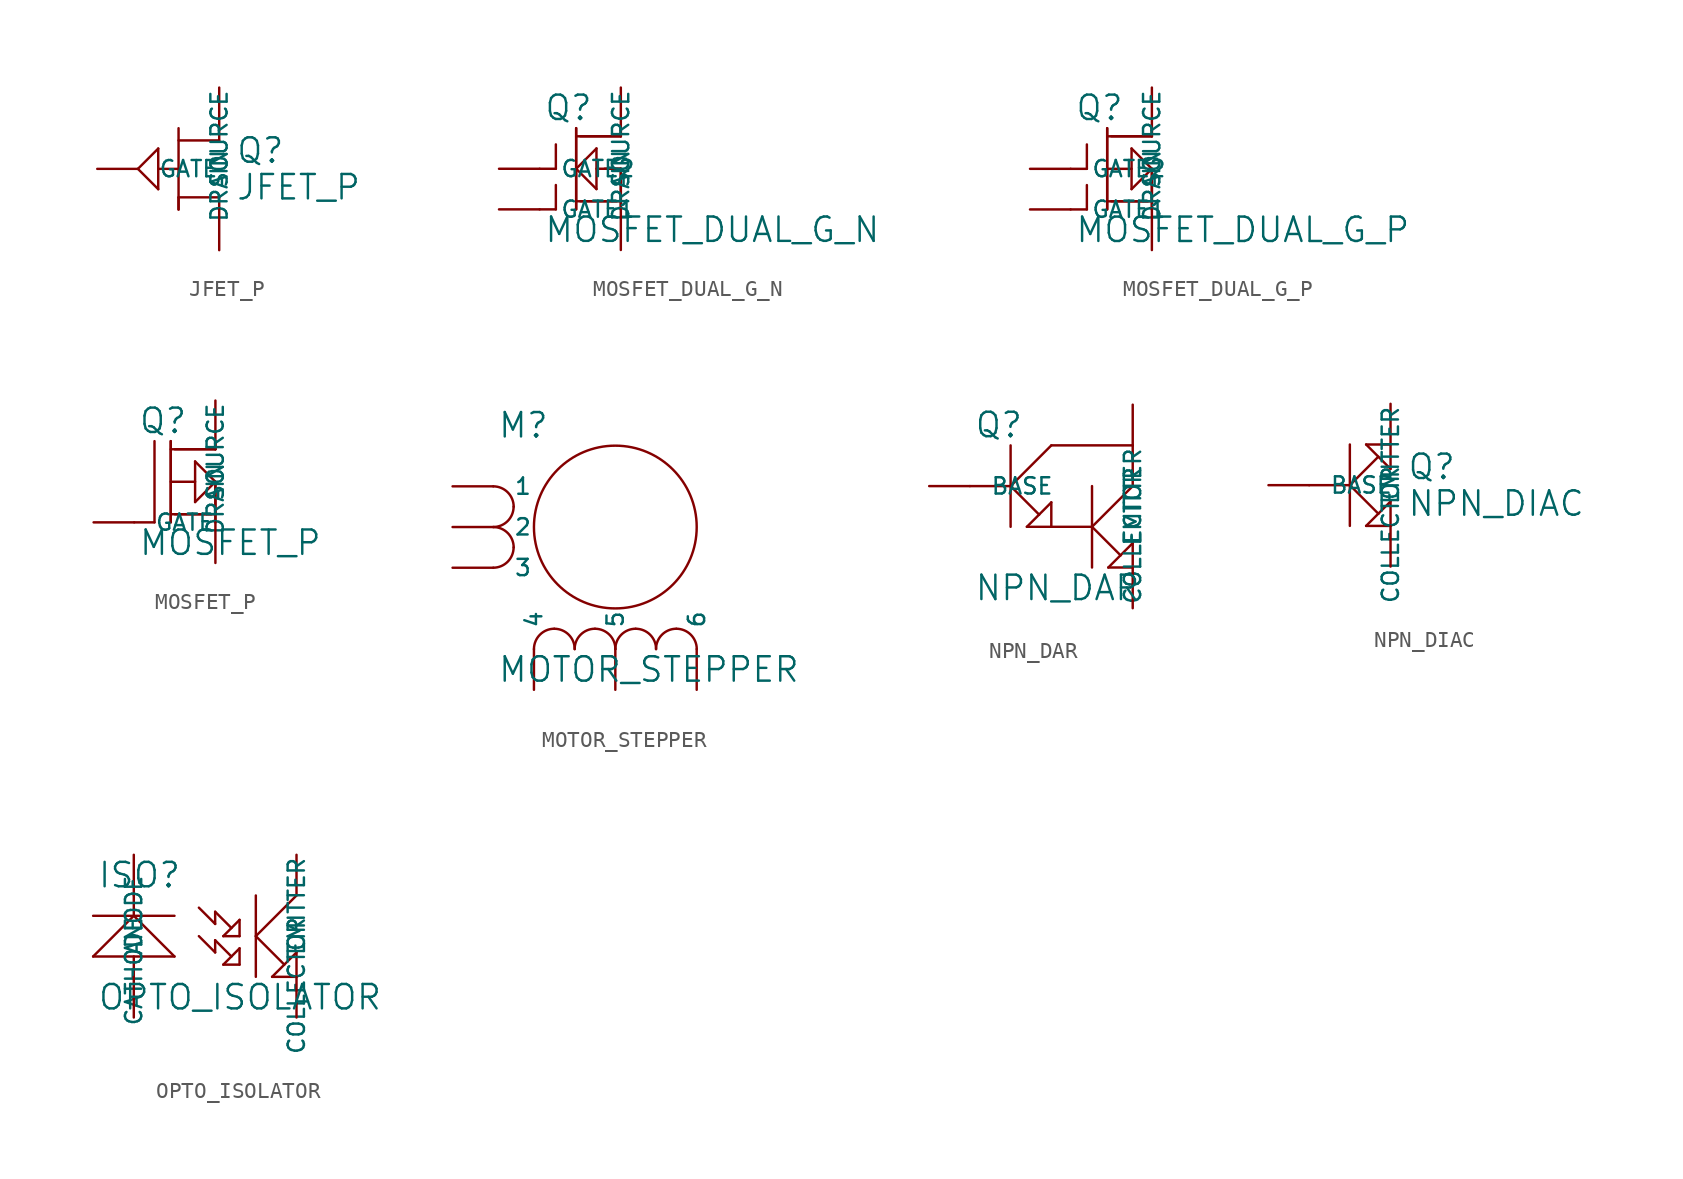
<source format=kicad_sym>
(kicad_symbol_lib
  (version 20231120)
  (generator "kicad_symbol_editor")
  (generator_version "8.0")
  (symbol "JFET_P"
    (pin_names
      (offset 1.27))
    (property "Reference" "Q"
      (at 6.096 -2.286 0)
      (effects (font (size 1.524 1.524)) (justify left bottom)))
    (property "Value" "JFET_P"
      (at 6.096 -2.794 0)
      (effects (font (size 1.524 1.524)) (justify left top)))
    (symbol "JFET_P_0_1"
      (polyline (pts (xy 0 -2.54) (xy 1.27 -1.27)) (stroke (width 0) (type solid)) (fill (type none)))
      (polyline (pts (xy 1.27 -3.81) (xy 0 -2.54)) (stroke (width 0) (type solid)) (fill (type none)))
      (polyline (pts (xy 1.27 -2.54) (xy 2.54 -2.54)) (stroke (width 0) (type solid)) (fill (type none)))
      (polyline (pts (xy 1.27 -1.27) (xy 1.27 -3.81)) (stroke (width 0) (type solid)) (fill (type none)))
      (polyline (pts (xy 2.54 -5.08) (xy 2.54 -4.318)) (stroke (width 0) (type solid)) (fill (type none)))
      (polyline (pts (xy 2.54 -4.318) (xy 5.08 -4.318)) (stroke (width 0) (type solid)) (fill (type none)))
      (polyline (pts (xy 2.54 0) (xy 2.54 -5.08)) (stroke (width 0) (type solid)) (fill (type none)))
      (polyline (pts (xy 5.08 -4.318) (xy 5.08 -5.08)) (stroke (width 0) (type solid)) (fill (type none)))
      (polyline (pts (xy 5.08 -0.762) (xy 2.54 -0.762)) (stroke (width 0) (type solid)) (fill (type none)))
      (polyline (pts (xy 5.08 0) (xy 5.08 -0.762)) (stroke (width 0) (type solid)) (fill (type none))))
    (symbol "JFET_P_1_1"
      (pin input line (at 5.08 2.54 270) (length 2.54) (name "DRAIN" (effects (font (size 1.016 1.016)))) (number "~" (effects (font (size 1.27 1.27)))))
      (pin input line (at -2.54 -2.54 0) (length 2.54) (name "GATE" (effects (font (size 1.016 1.016)))) (number "~" (effects (font (size 1.27 1.27)))))
      (pin input line (at 5.08 -7.62 90) (length 2.54) (name "SOURCE" (effects (font (size 1.016 1.016)))) (number "~" (effects (font (size 1.27 1.27)))))))
  (symbol "MOSFET_DUAL_G_N"
    (pin_names
      (offset 1.27))
    (property "Reference" "Q"
      (at 0.254 0.381 0)
      (effects (font (size 1.524 1.524)) (justify left bottom)))
    (property "Value" "MOSFET_DUAL_G_N"
      (at 0.254 -5.461 0)
      (effects (font (size 1.524 1.524)) (justify left top)))
    (symbol "MOSFET_DUAL_G_N_0_1"
      (polyline (pts (xy 1.016 -5.08) (xy 0 -5.08)) (stroke (width 0) (type solid)) (fill (type none)))
      (polyline (pts (xy 1.016 -3.556) (xy 1.016 -5.08)) (stroke (width 0) (type solid)) (fill (type none)))
      (polyline (pts (xy 1.016 -2.54) (xy 0 -2.54)) (stroke (width 0) (type solid)) (fill (type none)))
      (polyline (pts (xy 1.016 -1.016) (xy 1.016 -2.54)) (stroke (width 0) (type solid)) (fill (type none)))
      (polyline (pts (xy 2.286 -4.572) (xy 5.08 -4.572)) (stroke (width 0) (type solid)) (fill (type none)))
      (polyline (pts (xy 2.286 -2.54) (xy 3.556 -1.27)) (stroke (width 0) (type solid)) (fill (type none)))
      (polyline (pts (xy 2.286 0) (xy 2.286 -5.08)) (stroke (width 0) (type solid)) (fill (type none)))
      (polyline (pts (xy 2.286 0) (xy 2.286 -5.08)) (stroke (width 0) (type solid)) (fill (type none)))
      (polyline (pts (xy 2.54 -4.572) (xy 4.826 -4.572)) (stroke (width 0) (type solid)) (fill (type none)))
      (polyline (pts (xy 3.556 -3.81) (xy 2.286 -2.54)) (stroke (width 0) (type solid)) (fill (type none)))
      (polyline (pts (xy 3.556 -2.54) (xy 5.08 -2.54)) (stroke (width 0) (type solid)) (fill (type none)))
      (polyline (pts (xy 3.556 -1.27) (xy 3.556 -3.81)) (stroke (width 0) (type solid)) (fill (type none)))
      (polyline (pts (xy 4.064 -2.54) (xy 5.08 -2.54)) (stroke (width 0) (type solid)) (fill (type none)))
      (polyline (pts (xy 5.08 -2.54) (xy 5.08 -5.08)) (stroke (width 0) (type solid)) (fill (type none)))
      (polyline (pts (xy 5.08 -2.54) (xy 5.08 -5.08)) (stroke (width 0) (type solid)) (fill (type none)))
      (polyline (pts (xy 5.08 -0.508) (xy 2.286 -0.508)) (stroke (width 0) (type solid)) (fill (type none)))
      (polyline (pts (xy 5.08 -0.508) (xy 2.54 -0.508)) (stroke (width 0) (type solid)) (fill (type none)))
      (polyline (pts (xy 5.08 0) (xy 5.08 -0.508)) (stroke (width 0) (type solid)) (fill (type none)))
      (polyline (pts (xy 5.08 0) (xy 5.08 -0.508)) (stroke (width 0) (type solid)) (fill (type none))))
    (symbol "MOSFET_DUAL_G_N_1_1"
      (pin input line (at 5.08 2.54 270) (length 2.54) (name "DRAIN" (effects (font (size 1.016 1.016)))) (number "~" (effects (font (size 1.27 1.27)))))
      (pin input line (at -2.54 -5.08 0) (length 2.54) (name "GATE1" (effects (font (size 1.016 1.016)))) (number "~" (effects (font (size 1.27 1.27)))))
      (pin input line (at -2.54 -2.54 0) (length 2.54) (name "GATE2" (effects (font (size 1.016 1.016)))) (number "~" (effects (font (size 1.27 1.27)))))
      (pin input line (at 5.08 -7.62 90) (length 2.54) (name "SOURCE" (effects (font (size 1.016 1.016)))) (number "~" (effects (font (size 1.27 1.27)))))))
  (symbol "MOSFET_DUAL_G_P"
    (pin_names
      (offset 1.27))
    (property "Reference" "Q"
      (at 0.254 0.381 0)
      (effects (font (size 1.524 1.524)) (justify left bottom)))
    (property "Value" "MOSFET_DUAL_G_P"
      (at 0.254 -5.461 0)
      (effects (font (size 1.524 1.524)) (justify left top)))
    (symbol "MOSFET_DUAL_G_P_0_1"
      (polyline (pts (xy 1.016 -5.08) (xy 0 -5.08)) (stroke (width 0) (type solid)) (fill (type none)))
      (polyline (pts (xy 1.016 -3.556) (xy 1.016 -5.08)) (stroke (width 0) (type solid)) (fill (type none)))
      (polyline (pts (xy 1.016 -2.54) (xy 0 -2.54)) (stroke (width 0) (type solid)) (fill (type none)))
      (polyline (pts (xy 1.016 -1.016) (xy 1.016 -2.54)) (stroke (width 0) (type solid)) (fill (type none)))
      (polyline (pts (xy 2.286 -4.572) (xy 5.08 -4.572)) (stroke (width 0) (type solid)) (fill (type none)))
      (polyline (pts (xy 2.286 -2.54) (xy 3.81 -2.54)) (stroke (width 0) (type solid)) (fill (type none)))
      (polyline (pts (xy 2.286 0) (xy 2.286 -5.08)) (stroke (width 0) (type solid)) (fill (type none)))
      (polyline (pts (xy 2.286 0) (xy 2.286 -5.08)) (stroke (width 0) (type solid)) (fill (type none)))
      (polyline (pts (xy 2.54 -4.572) (xy 4.826 -4.572)) (stroke (width 0) (type solid)) (fill (type none)))
      (polyline (pts (xy 3.81 -3.81) (xy 3.81 -1.27)) (stroke (width 0) (type solid)) (fill (type none)))
      (polyline (pts (xy 3.81 -1.27) (xy 5.08 -2.54)) (stroke (width 0) (type solid)) (fill (type none)))
      (polyline (pts (xy 5.08 -2.54) (xy 3.81 -3.81)) (stroke (width 0) (type solid)) (fill (type none)))
      (polyline (pts (xy 5.08 -2.54) (xy 5.08 -5.08)) (stroke (width 0) (type solid)) (fill (type none)))
      (polyline (pts (xy 5.08 -2.54) (xy 5.08 -5.08)) (stroke (width 0) (type solid)) (fill (type none)))
      (polyline (pts (xy 5.08 -0.508) (xy 2.286 -0.508)) (stroke (width 0) (type solid)) (fill (type none)))
      (polyline (pts (xy 5.08 -0.508) (xy 2.54 -0.508)) (stroke (width 0) (type solid)) (fill (type none)))
      (polyline (pts (xy 5.08 0) (xy 5.08 -0.508)) (stroke (width 0) (type solid)) (fill (type none)))
      (polyline (pts (xy 5.08 0) (xy 5.08 -0.508)) (stroke (width 0) (type solid)) (fill (type none))))
    (symbol "MOSFET_DUAL_G_P_1_1"
      (pin input line (at 5.08 2.54 270) (length 2.54) (name "DRAIN" (effects (font (size 1.016 1.016)))) (number "~" (effects (font (size 1.27 1.27)))))
      (pin input line (at -2.54 -5.08 0) (length 2.54) (name "GATE1" (effects (font (size 1.016 1.016)))) (number "~" (effects (font (size 1.27 1.27)))))
      (pin input line (at -2.54 -2.54 0) (length 2.54) (name "GATE2" (effects (font (size 1.016 1.016)))) (number "~" (effects (font (size 1.27 1.27)))))
      (pin input line (at 5.08 -7.62 90) (length 2.54) (name "SOURCE" (effects (font (size 1.016 1.016)))) (number "~" (effects (font (size 1.27 1.27)))))))
  (symbol "MOSFET_P"
    (pin_names
      (offset 1.27))
    (property "Reference" "Q"
      (at 0.254 0.381 0)
      (effects (font (size 1.524 1.524)) (justify left bottom)))
    (property "Value" "MOSFET_P"
      (at 0.254 -5.461 0)
      (effects (font (size 1.524 1.524)) (justify left top)))
    (symbol "MOSFET_P_0_1"
      (polyline (pts (xy 0 -5.08) (xy 1.27 -5.08)) (stroke (width 0) (type solid)) (fill (type none)))
      (polyline (pts (xy 1.27 -5.08) (xy 1.27 0)) (stroke (width 0) (type solid)) (fill (type none)))
      (polyline (pts (xy 2.286 -4.572) (xy 5.08 -4.572)) (stroke (width 0) (type solid)) (fill (type none)))
      (polyline (pts (xy 2.286 0) (xy 2.286 -5.08)) (stroke (width 0) (type solid)) (fill (type none)))
      (polyline (pts (xy 2.286 0) (xy 2.286 -5.08)) (stroke (width 0) (type solid)) (fill (type none)))
      (polyline (pts (xy 2.54 -4.572) (xy 4.826 -4.572)) (stroke (width 0) (type solid)) (fill (type none)))
      (polyline (pts (xy 3.81 -3.81) (xy 5.08 -2.54)) (stroke (width 0) (type solid)) (fill (type none)))
      (polyline (pts (xy 3.81 -2.54) (xy 2.286 -2.54)) (stroke (width 0) (type solid)) (fill (type none)))
      (polyline (pts (xy 3.81 -1.27) (xy 3.81 -3.81)) (stroke (width 0) (type solid)) (fill (type none)))
      (polyline (pts (xy 5.08 -2.54) (xy 3.81 -1.27)) (stroke (width 0) (type solid)) (fill (type none)))
      (polyline (pts (xy 5.08 -2.54) (xy 5.08 -5.08)) (stroke (width 0) (type solid)) (fill (type none)))
      (polyline (pts (xy 5.08 -2.54) (xy 5.08 -5.08)) (stroke (width 0) (type solid)) (fill (type none)))
      (polyline (pts (xy 5.08 -0.508) (xy 2.286 -0.508)) (stroke (width 0) (type solid)) (fill (type none)))
      (polyline (pts (xy 5.08 -0.508) (xy 2.54 -0.508)) (stroke (width 0) (type solid)) (fill (type none)))
      (polyline (pts (xy 5.08 0) (xy 5.08 -0.508)) (stroke (width 0) (type solid)) (fill (type none)))
      (polyline (pts (xy 5.08 0) (xy 5.08 -0.508)) (stroke (width 0) (type solid)) (fill (type none))))
    (symbol "MOSFET_P_1_1"
      (pin input line (at 5.08 2.54 270) (length 2.54) (name "DRAIN" (effects (font (size 1.016 1.016)))) (number "~" (effects (font (size 1.27 1.27)))))
      (pin input line (at -2.54 -5.08 0) (length 2.54) (name "GATE" (effects (font (size 1.016 1.016)))) (number "~" (effects (font (size 1.27 1.27)))))
      (pin input line (at 5.08 -7.62 90) (length 2.54) (name "SOURCE" (effects (font (size 1.016 1.016)))) (number "~" (effects (font (size 1.27 1.27)))))))
  (symbol "MOTOR_STEPPER"
    (pin_names
      (offset 1.27))
    (property "Reference" "M"
      (at 0.254 0.381 0)
      (effects (font (size 1.524 1.524)) (justify left bottom)))
    (property "Value" "MOTOR_STEPPER"
      (at 0.254 -13.081 0)
      (effects (font (size 1.524 1.524)) (justify left top)))
    (symbol "MOTOR_STEPPER_0_1"
      (arc (start 0 -7.62) (mid 0.898 -7.248) (end 1.27 -6.35) (stroke (width 0) (type solid)) (fill (type none)))
      (arc (start 0 -5.08) (mid 0.898 -4.708) (end 1.27 -3.81) (stroke (width 0) (type solid)) (fill (type none)))
      (arc (start 1.27 -6.35) (mid 0.898 -5.452) (end 0 -5.08) (stroke (width 0) (type solid)) (fill (type none)))
      (arc (start 1.27 -3.81) (mid 0.898 -2.912) (end 0 -2.54) (stroke (width 0) (type solid)) (fill (type none)))
      (arc (start 3.81 -11.43) (mid 2.912 -11.802) (end 2.54 -12.7) (stroke (width 0) (type solid)) (fill (type none)))
      (arc (start 5.08 -12.7) (mid 4.708 -11.802) (end 3.81 -11.43) (stroke (width 0) (type solid)) (fill (type none)))
      (arc (start 6.35 -11.43) (mid 5.452 -11.802) (end 5.08 -12.7) (stroke (width 0) (type solid)) (fill (type none)))
      (arc (start 7.62 -12.7) (mid 7.248 -11.802) (end 6.35 -11.43) (stroke (width 0) (type solid)) (fill (type none)))
      (circle (center 7.62 -5.08) (radius 5.08) (stroke (width 0) (type solid)) (fill (type none)))
      (arc (start 8.89 -11.43) (mid 7.992 -11.802) (end 7.62 -12.7) (stroke (width 0) (type solid)) (fill (type none)))
      (arc (start 10.16 -12.7) (mid 9.788 -11.802) (end 8.89 -11.43) (stroke (width 0) (type solid)) (fill (type none)))
      (arc (start 11.43 -11.43) (mid 10.532 -11.802) (end 10.16 -12.7) (stroke (width 0) (type solid)) (fill (type none)))
      (arc (start 12.7 -12.7) (mid 12.328 -11.802) (end 11.43 -11.43) (stroke (width 0) (type solid)) (fill (type none))))
    (symbol "MOTOR_STEPPER_1_1"
      (pin passive line (at -2.54 -2.54 0) (length 2.54) (name "1" (effects (font (size 1.016 1.016)))) (number "~" (effects (font (size 1.27 1.27)))))
      (pin passive line (at -2.54 -5.08 0) (length 2.54) (name "2" (effects (font (size 1.016 1.016)))) (number "~" (effects (font (size 1.27 1.27)))))
      (pin passive line (at -2.54 -7.62 0) (length 2.54) (name "3" (effects (font (size 1.016 1.016)))) (number "~" (effects (font (size 1.27 1.27)))))
      (pin passive line (at 2.54 -15.24 90) (length 2.54) (name "4" (effects (font (size 1.016 1.016)))) (number "~" (effects (font (size 1.27 1.27)))))
      (pin passive line (at 7.62 -15.24 90) (length 2.54) (name "5" (effects (font (size 1.016 1.016)))) (number "~" (effects (font (size 1.27 1.27)))))
      (pin passive line (at 12.7 -15.24 90) (length 2.54) (name "6" (effects (font (size 1.016 1.016)))) (number "~" (effects (font (size 1.27 1.27)))))))
  (symbol "NPN_DAR"
    (pin_names
      (offset 1.27))
    (property "Reference" "Q"
      (at 0.254 0.381 0)
      (effects (font (size 1.524 1.524)) (justify left bottom)))
    (property "Value" "NPN_DAR"
      (at 0.254 -8.001 0)
      (effects (font (size 1.524 1.524)) (justify left top)))
    (symbol "NPN_DAR_0_1"
      (polyline (pts (xy 2.54 -2.54) (xy 0 -2.54)) (stroke (width 0) (type solid)) (fill (type none)))
      (polyline (pts (xy 2.54 -2.54) (xy 5.08 0)) (stroke (width 0) (type solid)) (fill (type none)))
      (polyline (pts (xy 2.54 0) (xy 2.54 -5.08)) (stroke (width 0) (type solid)) (fill (type none)))
      (polyline (pts (xy 3.556 -5.08) (xy 4.318 -4.318)) (stroke (width 0) (type solid)) (fill (type none)))
      (polyline (pts (xy 4.318 -4.318) (xy 2.54 -2.54)) (stroke (width 0) (type solid)) (fill (type none)))
      (polyline (pts (xy 4.318 -4.318) (xy 5.08 -3.556)) (stroke (width 0) (type solid)) (fill (type none)))
      (polyline (pts (xy 5.08 -5.08) (xy 3.556 -5.08)) (stroke (width 0) (type solid)) (fill (type none)))
      (polyline (pts (xy 5.08 -3.556) (xy 5.08 -5.08)) (stroke (width 0) (type solid)) (fill (type none)))
      (polyline (pts (xy 5.08 0) (xy 10.16 0)) (stroke (width 0) (type solid)) (fill (type none)))
      (polyline (pts (xy 7.62 -5.08) (xy 5.08 -5.08)) (stroke (width 0) (type solid)) (fill (type none)))
      (polyline (pts (xy 7.62 -5.08) (xy 9.398 -6.858)) (stroke (width 0) (type solid)) (fill (type none)))
      (polyline (pts (xy 7.62 -2.54) (xy 7.62 -7.62)) (stroke (width 0) (type solid)) (fill (type none)))
      (polyline (pts (xy 8.636 -7.62) (xy 9.398 -6.858)) (stroke (width 0) (type solid)) (fill (type none)))
      (polyline (pts (xy 9.398 -6.858) (xy 10.16 -6.096)) (stroke (width 0) (type solid)) (fill (type none)))
      (polyline (pts (xy 10.16 -7.62) (xy 8.636 -7.62)) (stroke (width 0) (type solid)) (fill (type none)))
      (polyline (pts (xy 10.16 -6.096) (xy 10.16 -7.62)) (stroke (width 0) (type solid)) (fill (type none)))
      (polyline (pts (xy 10.16 -2.54) (xy 7.62 -5.08)) (stroke (width 0) (type solid)) (fill (type none)))
      (polyline (pts (xy 10.16 0) (xy 10.16 -2.54)) (stroke (width 0) (type solid)) (fill (type none))))
    (symbol "NPN_DAR_1_1"
      (pin input line (at -2.54 -2.54 0) (length 2.54) (name "BASE" (effects (font (size 1.016 1.016)))) (number "~" (effects (font (size 1.27 1.27)))))
      (pin passive line (at 10.16 2.54 270) (length 2.54) (name "COLLECTOR" (effects (font (size 1.016 1.016)))) (number "~" (effects (font (size 1.27 1.27)))))
      (pin passive line (at 10.16 -10.16 90) (length 2.54) (name "EMITTER" (effects (font (size 1.016 1.016)))) (number "~" (effects (font (size 1.27 1.27)))))))
  (symbol "NPN_DIAC"
    (pin_names
      (offset 1.27))
    (property "Reference" "Q"
      (at 6.096 -2.286 0)
      (effects (font (size 1.524 1.524)) (justify left bottom)))
    (property "Value" "NPN_DIAC"
      (at 6.096 -2.794 0)
      (effects (font (size 1.524 1.524)) (justify left top)))
    (symbol "NPN_DIAC_0_1"
      (polyline (pts (xy 2.54 -2.54) (xy 0 -2.54)) (stroke (width 0) (type solid)) (fill (type none)))
      (polyline (pts (xy 2.54 -2.54) (xy 4.318 -4.318)) (stroke (width 0) (type solid)) (fill (type none)))
      (polyline (pts (xy 2.54 0) (xy 2.54 -5.08)) (stroke (width 0) (type solid)) (fill (type none)))
      (polyline (pts (xy 3.556 -5.08) (xy 4.318 -4.318)) (stroke (width 0) (type solid)) (fill (type none)))
      (polyline (pts (xy 3.556 0) (xy 5.08 0)) (stroke (width 0) (type solid)) (fill (type none)))
      (polyline (pts (xy 4.318 -4.318) (xy 5.08 -3.556)) (stroke (width 0) (type solid)) (fill (type none)))
      (polyline (pts (xy 4.318 -0.762) (xy 2.54 -2.54)) (stroke (width 0) (type solid)) (fill (type none)))
      (polyline (pts (xy 5.08 -5.08) (xy 3.556 -5.08)) (stroke (width 0) (type solid)) (fill (type none)))
      (polyline (pts (xy 5.08 -3.556) (xy 5.08 -5.08)) (stroke (width 0) (type solid)) (fill (type none)))
      (polyline (pts (xy 5.08 -1.524) (xy 3.556 0)) (stroke (width 0) (type solid)) (fill (type none)))
      (polyline (pts (xy 5.08 0) (xy 5.08 -1.524)) (stroke (width 0) (type solid)) (fill (type none))))
    (symbol "NPN_DIAC_1_1"
      (pin input line (at -2.54 -2.54 0) (length 2.54) (name "BASE" (effects (font (size 1.016 1.016)))) (number "~" (effects (font (size 1.27 1.27)))))
      (pin passive line (at 5.08 2.54 270) (length 2.54) (name "COLLECTOR" (effects (font (size 1.016 1.016)))) (number "~" (effects (font (size 1.27 1.27)))))
      (pin passive line (at 5.08 -7.62 90) (length 2.54) (name "EMITTER" (effects (font (size 1.016 1.016)))) (number "~" (effects (font (size 1.27 1.27)))))))
  (symbol "OPTO_ISOLATOR"
    (pin_names
      (offset 1.27))
    (property "Reference" "ISO"
      (at 0.254 0.381 0)
      (effects (font (size 1.524 1.524)) (justify left bottom)))
    (property "Value" "OPTO_ISOLATOR"
      (at 0.254 -5.461 0)
      (effects (font (size 1.524 1.524)) (justify left top)))
    (symbol "OPTO_ISOLATOR_0_1"
      (polyline (pts (xy 0 -3.81) (xy 5.08 -3.81)) (stroke (width 0) (type solid)) (fill (type none)))
      (polyline (pts (xy 0 -1.27) (xy 5.08 -1.27)) (stroke (width 0) (type solid)) (fill (type none)))
      (polyline (pts (xy 2.54 -5.08) (xy 2.54 -3.81)) (stroke (width 0) (type solid)) (fill (type none)))
      (polyline (pts (xy 2.54 -1.27) (xy 0 -3.81)) (stroke (width 0) (type solid)) (fill (type none)))
      (polyline (pts (xy 2.54 0) (xy 2.54 -1.27)) (stroke (width 0) (type solid)) (fill (type none)))
      (polyline (pts (xy 5.08 -3.81) (xy 2.54 -1.27)) (stroke (width 0) (type solid)) (fill (type none)))
      (polyline (pts (xy 7.62 -3.556) (xy 6.604 -2.54)) (stroke (width 0) (type solid)) (fill (type none)))
      (polyline (pts (xy 7.62 -2.794) (xy 7.62 -3.556)) (stroke (width 0) (type solid)) (fill (type none)))
      (polyline (pts (xy 7.62 -1.778) (xy 6.604 -0.762)) (stroke (width 0) (type solid)) (fill (type none)))
      (polyline (pts (xy 7.62 -1.016) (xy 7.62 -1.778)) (stroke (width 0) (type solid)) (fill (type none)))
      (polyline (pts (xy 8.128 -4.318) (xy 9.144 -3.302)) (stroke (width 0) (type solid)) (fill (type none)))
      (polyline (pts (xy 8.128 -2.54) (xy 9.144 -1.524)) (stroke (width 0) (type solid)) (fill (type none)))
      (polyline (pts (xy 8.636 -3.81) (xy 7.62 -2.794)) (stroke (width 0) (type solid)) (fill (type none)))
      (polyline (pts (xy 8.636 -2.032) (xy 7.62 -1.016)) (stroke (width 0) (type solid)) (fill (type none)))
      (polyline (pts (xy 9.144 -4.318) (xy 8.128 -4.318)) (stroke (width 0) (type solid)) (fill (type none)))
      (polyline (pts (xy 9.144 -3.302) (xy 9.144 -4.318)) (stroke (width 0) (type solid)) (fill (type none)))
      (polyline (pts (xy 9.144 -2.54) (xy 8.128 -2.54)) (stroke (width 0) (type solid)) (fill (type none)))
      (polyline (pts (xy 9.144 -1.524) (xy 9.144 -2.54)) (stroke (width 0) (type solid)) (fill (type none)))
      (polyline (pts (xy 10.16 -2.54) (xy 12.7 0)) (stroke (width 0) (type solid)) (fill (type none)))
      (polyline (pts (xy 10.16 0) (xy 10.16 -5.08)) (stroke (width 0) (type solid)) (fill (type none)))
      (polyline (pts (xy 11.176 -5.08) (xy 12.7 -5.08)) (stroke (width 0) (type solid)) (fill (type none)))
      (polyline (pts (xy 11.938 -4.318) (xy 10.16 -2.54)) (stroke (width 0) (type solid)) (fill (type none)))
      (polyline (pts (xy 12.7 -5.08) (xy 12.7 -3.556)) (stroke (width 0) (type solid)) (fill (type none)))
      (polyline (pts (xy 12.7 -3.556) (xy 11.176 -5.08)) (stroke (width 0) (type solid)) (fill (type none))))
    (symbol "OPTO_ISOLATOR_1_1"
      (pin passive line (at 2.54 -7.62 90) (length 2.54) (name "ANODE" (effects (font (size 1.016 1.016)))) (number "~" (effects (font (size 1.27 1.27)))))
      (pin passive line (at 2.54 2.54 270) (length 2.54) (name "CATHODE" (effects (font (size 1.016 1.016)))) (number "~" (effects (font (size 1.27 1.27)))))
      (pin passive line (at 12.7 2.54 270) (length 2.54) (name "COLLECTOR" (effects (font (size 1.016 1.016)))) (number "~" (effects (font (size 1.27 1.27)))))
      (pin passive line (at 12.7 -7.62 90) (length 2.54) (name "EMITTER" (effects (font (size 1.016 1.016)))) (number "~" (effects (font (size 1.27 1.27))))))))
</source>
